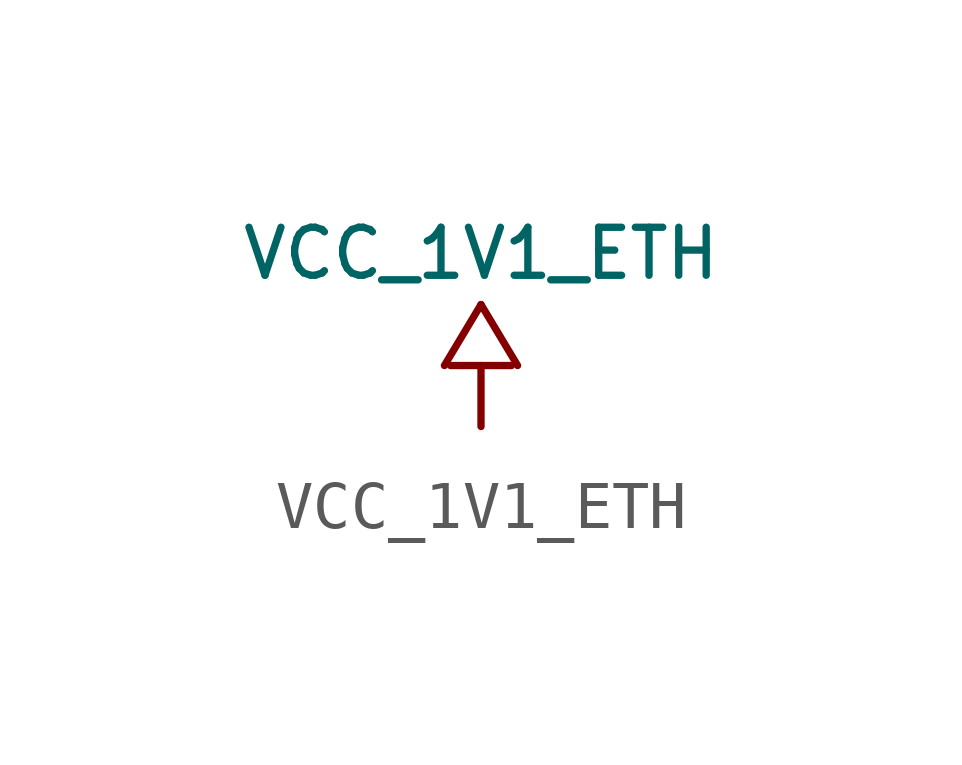
<source format=kicad_sym>
(kicad_symbol_lib
  (version 20241209)
  (generator "kicad_symbol_editor")
  (generator_version "9.0")
  (symbol "VCC_1V1_ETH"
    (power)
    (pin_names
      (offset 0))
    (property "Reference" "#PWR?"
      (at 0 -3.81 0)
      (effects (font (size 1.27 1.27)) (hide yes)))
    (property "Value" "VCC_1V1_ETH"
      (at 0 3.605 0)
      (effects (font (size 1 1))))
    (symbol "VCC_1V1_ETH_0_1"
      (polyline (pts (xy -0.762 1.27) (xy 0 2.54)) (stroke (width 0) (type default)) (fill (type none)))
      (polyline (pts (xy -0.635 1.27) (xy 0.635 1.27)) (stroke (width 0) (type default)) (fill (type none)))
      (polyline (pts (xy 0 2.54) (xy 0.762 1.27)) (stroke (width 0) (type default)) (fill (type none)))
      (polyline (pts (xy 0 0) (xy 0 1.27)) (stroke (width 0) (type default)) (fill (type none))))
    (symbol "VCC_1V1_ETH_1_1"
      (pin power_in line (at 0 0 90) (length 0) (hide yes) (name "VCC_1V1_ETH" (effects (font (size 1.27 1.27)))) (number "1" (effects (font (size 1.27 1.27))))))))
</source>
